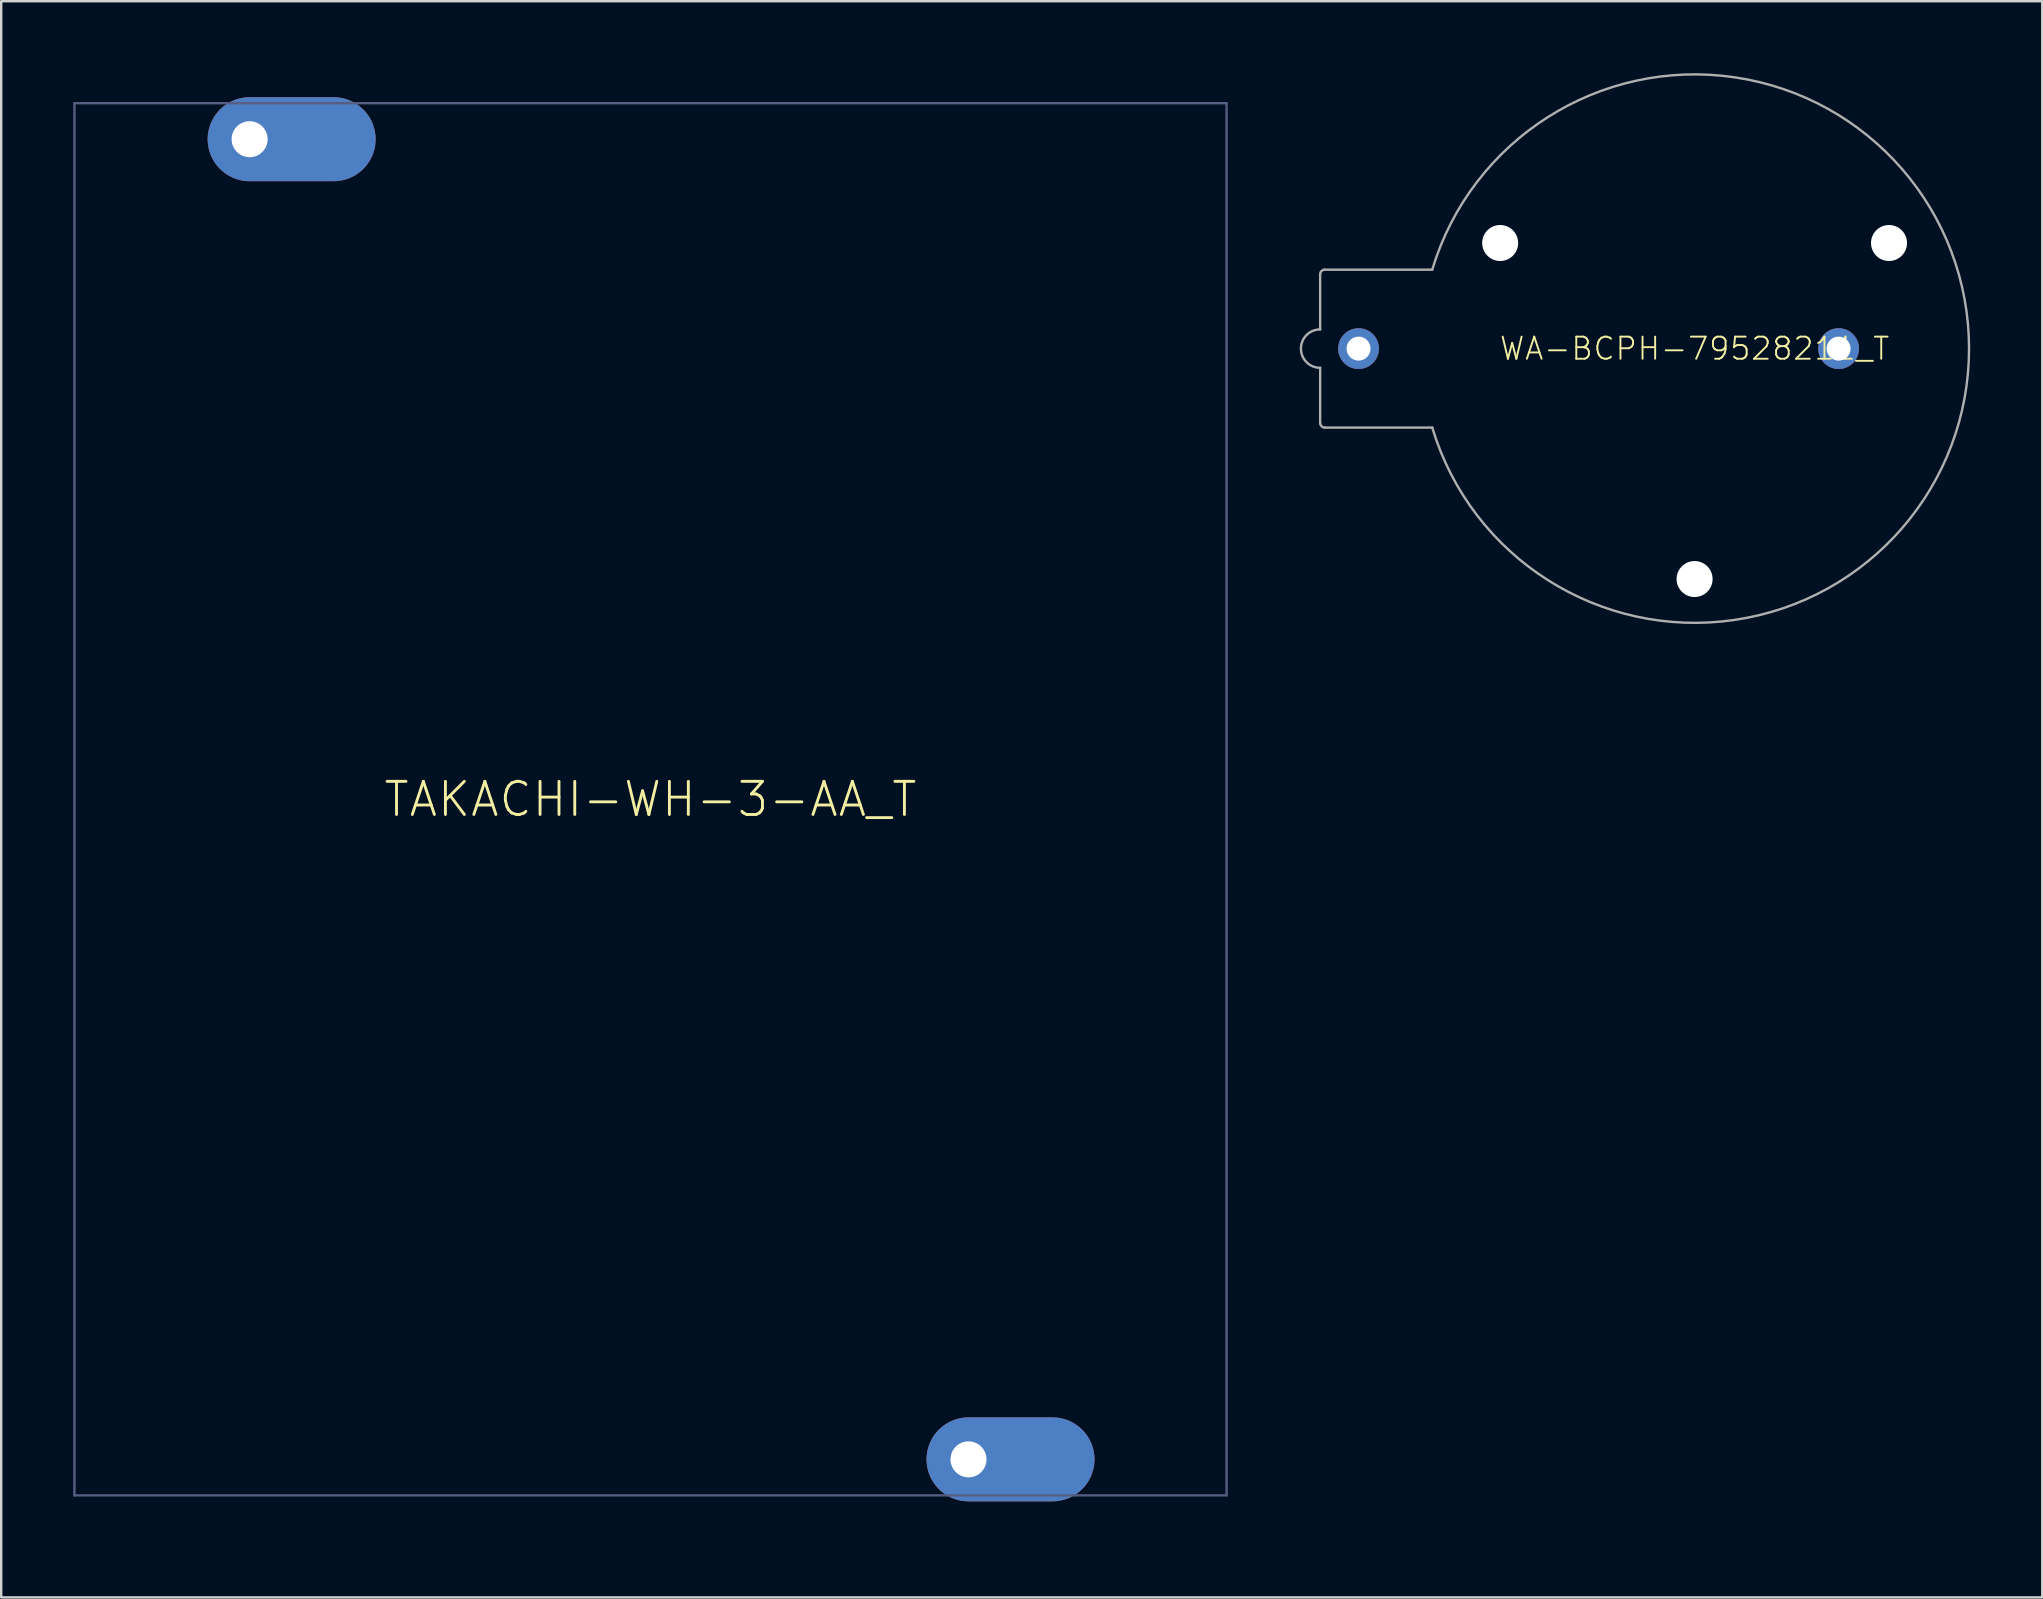
<source format=kicad_pcb>
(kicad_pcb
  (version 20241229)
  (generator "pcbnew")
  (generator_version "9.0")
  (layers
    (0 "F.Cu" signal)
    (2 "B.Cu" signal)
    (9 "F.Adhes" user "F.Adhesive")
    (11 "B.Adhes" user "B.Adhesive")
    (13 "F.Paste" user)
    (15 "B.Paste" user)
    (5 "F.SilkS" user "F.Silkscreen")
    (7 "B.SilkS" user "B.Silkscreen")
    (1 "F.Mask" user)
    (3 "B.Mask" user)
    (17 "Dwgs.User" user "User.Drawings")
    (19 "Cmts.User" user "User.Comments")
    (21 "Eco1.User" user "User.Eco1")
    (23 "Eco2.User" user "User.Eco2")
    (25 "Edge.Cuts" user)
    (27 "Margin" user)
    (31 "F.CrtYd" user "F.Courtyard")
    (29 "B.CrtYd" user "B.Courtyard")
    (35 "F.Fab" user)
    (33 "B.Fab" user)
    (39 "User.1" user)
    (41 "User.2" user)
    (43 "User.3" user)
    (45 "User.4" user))
  (footprint "TAKACHI-WH-3-AA_T"
    (layer "F.Cu")
    (at 24.05 30.25)
    (property "Reference" "TAKACHI-WH-3-AA_T" (at 0 0 0) (unlocked yes) (layer "F.SilkS") (effects (font (size 1.38 1.38) (thickness 0.12))))
    (fp_poly (pts (xy -12.973 -29.232) (xy -12.701 -29.171) (xy -12.442 -29.068) (xy -12.202 -28.926) (xy -11.988 -28.748) (xy -11.804 -28.539) (xy -11.655 -28.304) (xy -11.544 -28.046) (xy -11.45 -27.502) (xy -11.476 -27.222) (xy -11.545 -26.952) (xy -11.655 -26.696) (xy -11.804 -26.461) (xy -11.988 -26.252) (xy -12.202 -26.074) (xy -12.442 -25.932) (xy -12.703 -25.828) (xy -13.246 -25.75) (xy -16.702 -25.75) (xy -16.974 -25.771) (xy -17.241 -25.836) (xy -17.495 -25.941) (xy -17.729 -26.084) (xy -17.938 -26.262) (xy -18.116 -26.471) (xy -18.259 -26.705) (xy -18.365 -26.961) (xy -18.45 -27.498) (xy -18.429 -27.774) (xy -18.364 -28.041) (xy -18.259 -28.295) (xy -18.116 -28.529) (xy -17.938 -28.738) (xy -17.729 -28.916) (xy -17.495 -29.059) (xy -17.239 -29.165) (xy -16.704 -29.25) (xy -13.248 -29.25)) (stroke (width 0) (type default)) (fill yes) (layer "In1.Cu"))
    (fp_poly (pts (xy 16.977 25.768) (xy 17.249 25.829) (xy 17.508 25.932) (xy 17.748 26.074) (xy 17.962 26.252) (xy 18.146 26.461) (xy 18.295 26.696) (xy 18.406 26.954) (xy 18.5 27.498) (xy 18.474 27.778) (xy 18.405 28.048) (xy 18.295 28.304) (xy 18.146 28.539) (xy 17.962 28.748) (xy 17.748 28.926) (xy 17.508 29.068) (xy 17.247 29.172) (xy 16.704 29.25) (xy 13.248 29.25) (xy 12.976 29.229) (xy 12.709 29.164) (xy 12.455 29.059) (xy 12.221 28.916) (xy 12.012 28.738) (xy 11.834 28.529) (xy 11.691 28.295) (xy 11.585 28.039) (xy 11.5 27.502) (xy 11.521 27.226) (xy 11.586 26.959) (xy 11.691 26.705) (xy 11.834 26.471) (xy 12.012 26.262) (xy 12.221 26.084) (xy 12.455 25.941) (xy 12.711 25.835) (xy 13.246 25.75) (xy 16.702 25.75)) (stroke (width 0) (type default)) (fill yes) (layer "In1.Cu"))
    (fp_poly (pts (xy -12.973 -29.232) (xy -12.701 -29.171) (xy -12.442 -29.068) (xy -12.202 -28.926) (xy -11.988 -28.748) (xy -11.804 -28.539) (xy -11.655 -28.304) (xy -11.544 -28.046) (xy -11.45 -27.502) (xy -11.476 -27.222) (xy -11.545 -26.952) (xy -11.655 -26.696) (xy -11.804 -26.461) (xy -11.988 -26.252) (xy -12.202 -26.074) (xy -12.442 -25.932) (xy -12.703 -25.828) (xy -13.246 -25.75) (xy -16.702 -25.75) (xy -16.974 -25.771) (xy -17.241 -25.836) (xy -17.495 -25.941) (xy -17.729 -26.084) (xy -17.938 -26.262) (xy -18.116 -26.471) (xy -18.259 -26.705) (xy -18.365 -26.961) (xy -18.45 -27.498) (xy -18.429 -27.774) (xy -18.364 -28.041) (xy -18.259 -28.295) (xy -18.116 -28.529) (xy -17.938 -28.738) (xy -17.729 -28.916) (xy -17.495 -29.059) (xy -17.239 -29.165) (xy -16.704 -29.25) (xy -13.248 -29.25)) (stroke (width 0) (type default)) (fill yes) (layer "In14.Cu"))
    (fp_poly (pts (xy 16.977 25.768) (xy 17.249 25.829) (xy 17.508 25.932) (xy 17.748 26.074) (xy 17.962 26.252) (xy 18.146 26.461) (xy 18.295 26.696) (xy 18.406 26.954) (xy 18.5 27.498) (xy 18.474 27.778) (xy 18.405 28.048) (xy 18.295 28.304) (xy 18.146 28.539) (xy 17.962 28.748) (xy 17.748 28.926) (xy 17.508 29.068) (xy 17.247 29.172) (xy 16.704 29.25) (xy 13.248 29.25) (xy 12.976 29.229) (xy 12.709 29.164) (xy 12.455 29.059) (xy 12.221 28.916) (xy 12.012 28.738) (xy 11.834 28.529) (xy 11.691 28.295) (xy 11.585 28.039) (xy 11.5 27.502) (xy 11.521 27.226) (xy 11.586 26.959) (xy 11.691 26.705) (xy 11.834 26.471) (xy 12.012 26.262) (xy 12.221 26.084) (xy 12.455 25.941) (xy 12.711 25.835) (xy 13.246 25.75) (xy 16.702 25.75)) (stroke (width 0) (type default)) (fill yes) (layer "In14.Cu"))
    (fp_line (start -24 -29) (end 24 -29) (stroke (width 0.1) (type solid)) (layer "B.Fab"))
    (fp_line (start -24 29) (end -24 -29) (stroke (width 0.1) (type solid)) (layer "B.Fab"))
    (fp_line (start 24 -29) (end 24 29) (stroke (width 0.1) (type solid)) (layer "B.Fab"))
    (fp_line (start 24 29) (end -24 29) (stroke (width 0.1) (type solid)) (layer "B.Fab"))
    (pad "M" thru_hole oval (at 13.25 27.5) (size 7 3.5) (drill 1.5 (offset 1.75 0)) (layers "*.Cu" "*.Mask"))
    (pad "P" thru_hole oval (at -16.7 -27.5) (size 7 3.5) (drill 1.5 (offset 1.75 0)) (layers "*.Cu" "*.Mask"))
    (zone (net_name "") (layer "F.Cu") (hatch edge 0.5) (connect_pads) (min_thickness 0.25) (filled_areas_thickness no) (keepout (tracks allowed) (vias allowed) (pads allowed) (copperpour not_allowed) (footprints allowed)) (placement (enabled no)) (fill) (polygon (pts (xy 4.55 2.75) (xy 4.57 2.419) (xy 4.63 2.092) (xy 4.729 1.775) (xy 4.865 1.472) (xy 5.037 1.188) (xy 5.242 0.926) (xy 5.476 0.692) (xy 5.738 0.487) (xy 6.022 0.315) (xy 6.325 0.179) (xy 6.642 0.08) (xy 6.969 0.02) (xy 7.3 0) (xy 10.8 0) (xy 11.131 0.02) (xy 11.458 0.08) (xy 11.775 0.179) (xy 12.078 0.315) (xy 12.362 0.487) (xy 12.624 0.692) (xy 12.858 0.926) (xy 13.063 1.188) (xy 13.235 1.472) (xy 13.371 1.775) (xy 13.47 2.092) (xy 13.53 2.419) (xy 13.55 2.75) (xy 13.53 3.081) (xy 13.47 3.408) (xy 13.371 3.725) (xy 13.235 4.028) (xy 13.063 4.312) (xy 12.858 4.574) (xy 12.624 4.808) (xy 12.362 5.013) (xy 12.078 5.185) (xy 11.775 5.321) (xy 11.458 5.42) (xy 11.131 5.48) (xy 10.8 5.5) (xy 7.3 5.5) (xy 6.969 5.48) (xy 6.642 5.42) (xy 6.325 5.321) (xy 6.022 5.185) (xy 5.738 5.013) (xy 5.476 4.808) (xy 5.242 4.574) (xy 5.037 4.312) (xy 4.865 4.028) (xy 4.729 3.725) (xy 4.63 3.408) (xy 4.57 3.081))))
    (zone (net_name "") (layer "F.Cu") (hatch edge 0.5) (connect_pads) (min_thickness 0.25) (filled_areas_thickness no) (keepout (tracks allowed) (vias allowed) (pads allowed) (copperpour not_allowed) (footprints allowed)) (placement (enabled no)) (fill) (polygon (pts (xy 34.55 57.75) (xy 34.57 57.419) (xy 34.63 57.092) (xy 34.729 56.775) (xy 34.865 56.472) (xy 35.037 56.188) (xy 35.242 55.926) (xy 35.476 55.692) (xy 35.738 55.487) (xy 36.022 55.315) (xy 36.325 55.179) (xy 36.642 55.08) (xy 36.969 55.02) (xy 37.3 55) (xy 40.8 55) (xy 41.131 55.02) (xy 41.458 55.08) (xy 41.775 55.179) (xy 42.078 55.315) (xy 42.362 55.487) (xy 42.624 55.692) (xy 42.858 55.926) (xy 43.063 56.188) (xy 43.235 56.472) (xy 43.371 56.775) (xy 43.47 57.092) (xy 43.53 57.419) (xy 43.55 57.75) (xy 43.53 58.081) (xy 43.47 58.408) (xy 43.371 58.725) (xy 43.235 59.028) (xy 43.063 59.312) (xy 42.858 59.574) (xy 42.624 59.808) (xy 42.362 60.013) (xy 42.078 60.185) (xy 41.775 60.321) (xy 41.458 60.42) (xy 41.131 60.48) (xy 40.8 60.5) (xy 37.3 60.5) (xy 36.969 60.48) (xy 36.642 60.42) (xy 36.325 60.321) (xy 36.022 60.185) (xy 35.738 60.013) (xy 35.476 59.808) (xy 35.242 59.574) (xy 35.037 59.312) (xy 34.865 59.028) (xy 34.729 58.725) (xy 34.63 58.408) (xy 34.57 58.081))))
    (zone (net_name "") (layer "B.Cu") (hatch edge 0.5) (connect_pads) (min_thickness 0.25) (filled_areas_thickness no) (keepout (tracks allowed) (vias allowed) (pads allowed) (copperpour not_allowed) (footprints allowed)) (placement (enabled no)) (fill) (polygon (pts (xy 4.55 2.75) (xy 4.57 2.419) (xy 4.63 2.092) (xy 4.729 1.775) (xy 4.865 1.472) (xy 5.037 1.188) (xy 5.242 0.926) (xy 5.476 0.692) (xy 5.738 0.487) (xy 6.022 0.315) (xy 6.325 0.179) (xy 6.642 0.08) (xy 6.969 0.02) (xy 7.3 0) (xy 10.8 0) (xy 11.131 0.02) (xy 11.458 0.08) (xy 11.775 0.179) (xy 12.078 0.315) (xy 12.362 0.487) (xy 12.624 0.692) (xy 12.858 0.926) (xy 13.063 1.188) (xy 13.235 1.472) (xy 13.371 1.775) (xy 13.47 2.092) (xy 13.53 2.419) (xy 13.55 2.75) (xy 13.53 3.081) (xy 13.47 3.408) (xy 13.371 3.725) (xy 13.235 4.028) (xy 13.063 4.312) (xy 12.858 4.574) (xy 12.624 4.808) (xy 12.362 5.013) (xy 12.078 5.185) (xy 11.775 5.321) (xy 11.458 5.42) (xy 11.131 5.48) (xy 10.8 5.5) (xy 7.3 5.5) (xy 6.969 5.48) (xy 6.642 5.42) (xy 6.325 5.321) (xy 6.022 5.185) (xy 5.738 5.013) (xy 5.476 4.808) (xy 5.242 4.574) (xy 5.037 4.312) (xy 4.865 4.028) (xy 4.729 3.725) (xy 4.63 3.408) (xy 4.57 3.081))))
    (zone (net_name "") (layer "B.Cu") (hatch edge 0.5) (connect_pads) (min_thickness 0.25) (filled_areas_thickness no) (keepout (tracks allowed) (vias allowed) (pads allowed) (copperpour not_allowed) (footprints allowed)) (placement (enabled no)) (fill) (polygon (pts (xy 34.55 57.75) (xy 34.57 57.419) (xy 34.63 57.092) (xy 34.729 56.775) (xy 34.865 56.472) (xy 35.037 56.188) (xy 35.242 55.926) (xy 35.476 55.692) (xy 35.738 55.487) (xy 36.022 55.315) (xy 36.325 55.179) (xy 36.642 55.08) (xy 36.969 55.02) (xy 37.3 55) (xy 40.8 55) (xy 41.131 55.02) (xy 41.458 55.08) (xy 41.775 55.179) (xy 42.078 55.315) (xy 42.362 55.487) (xy 42.624 55.692) (xy 42.858 55.926) (xy 43.063 56.188) (xy 43.235 56.472) (xy 43.371 56.775) (xy 43.47 57.092) (xy 43.53 57.419) (xy 43.55 57.75) (xy 43.53 58.081) (xy 43.47 58.408) (xy 43.371 58.725) (xy 43.235 59.028) (xy 43.063 59.312) (xy 42.858 59.574) (xy 42.624 59.808) (xy 42.362 60.013) (xy 42.078 60.185) (xy 41.775 60.321) (xy 41.458 60.42) (xy 41.131 60.48) (xy 40.8 60.5) (xy 37.3 60.5) (xy 36.969 60.48) (xy 36.642 60.42) (xy 36.325 60.321) (xy 36.022 60.185) (xy 35.738 60.013) (xy 35.476 59.808) (xy 35.242 59.574) (xy 35.037 59.312) (xy 34.865 59.028) (xy 34.729 58.725) (xy 34.63 58.408) (xy 34.57 58.081))))
    (zone (net_name "") (layer "In1.Cu") (hatch edge 0.5) (connect_pads) (min_thickness 0.25) (filled_areas_thickness no) (keepout (tracks allowed) (vias allowed) (pads allowed) (copperpour not_allowed) (footprints allowed)) (placement (enabled no)) (fill) (polygon (pts (xy 5.35 2.75) (xy 5.37 2.465) (xy 5.431 2.187) (xy 5.531 1.919) (xy 5.667 1.669) (xy 5.839 1.44) (xy 6.04 1.239) (xy 6.269 1.067) (xy 6.519 0.931) (xy 6.787 0.831) (xy 7.065 0.77) (xy 7.35 0.75) (xy 10.8 0.75) (xy 11.088 0.767) (xy 11.372 0.825) (xy 11.643 0.923) (xy 11.899 1.058) (xy 12.132 1.228) (xy 12.339 1.43) (xy 12.515 1.659) (xy 12.657 1.911) (xy 12.761 2.181) (xy 12.826 2.462) (xy 12.85 2.75) (xy 12.826 3.038) (xy 12.761 3.319) (xy 12.657 3.589) (xy 12.515 3.841) (xy 12.339 4.07) (xy 12.132 4.272) (xy 11.899 4.442) (xy 11.643 4.577) (xy 11.372 4.675) (xy 11.088 4.733) (xy 10.8 4.75) (xy 7.35 4.75) (xy 7.065 4.73) (xy 6.787 4.669) (xy 6.519 4.569) (xy 6.269 4.433) (xy 6.04 4.261) (xy 5.839 4.06) (xy 5.667 3.831) (xy 5.531 3.581) (xy 5.431 3.313) (xy 5.37 3.035))))
    (zone (net_name "") (layer "In1.Cu") (hatch edge 0.5) (connect_pads) (min_thickness 0.25) (filled_areas_thickness no) (keepout (tracks allowed) (vias allowed) (pads allowed) (copperpour not_allowed) (footprints allowed)) (placement (enabled no)) (fill) (polygon (pts (xy 35.3 57.75) (xy 35.32 57.465) (xy 35.381 57.187) (xy 35.481 56.919) (xy 35.617 56.669) (xy 35.789 56.44) (xy 35.99 56.239) (xy 36.219 56.067) (xy 36.469 55.931) (xy 36.737 55.831) (xy 37.015 55.77) (xy 37.3 55.75) (xy 40.75 55.75) (xy 41.038 55.767) (xy 41.322 55.825) (xy 41.593 55.923) (xy 41.849 56.058) (xy 42.082 56.228) (xy 42.289 56.43) (xy 42.465 56.659) (xy 42.607 56.911) (xy 42.711 57.181) (xy 42.776 57.462) (xy 42.8 57.75) (xy 42.776 58.038) (xy 42.711 58.319) (xy 42.607 58.589) (xy 42.465 58.841) (xy 42.289 59.07) (xy 42.082 59.272) (xy 41.849 59.442) (xy 41.593 59.577) (xy 41.322 59.675) (xy 41.038 59.733) (xy 40.75 59.75) (xy 37.3 59.75) (xy 37.015 59.73) (xy 36.737 59.669) (xy 36.469 59.569) (xy 36.219 59.433) (xy 35.99 59.261) (xy 35.789 59.06) (xy 35.617 58.831) (xy 35.481 58.581) (xy 35.381 58.313) (xy 35.32 58.035))))
    (zone (net_name "") (layer "In14.Cu") (hatch edge 0.5) (connect_pads) (min_thickness 0.25) (filled_areas_thickness no) (keepout (tracks allowed) (vias allowed) (pads allowed) (copperpour not_allowed) (footprints allowed)) (placement (enabled no)) (fill) (polygon (pts (xy 5.35 2.75) (xy 5.37 2.465) (xy 5.431 2.187) (xy 5.531 1.919) (xy 5.667 1.669) (xy 5.839 1.44) (xy 6.04 1.239) (xy 6.269 1.067) (xy 6.519 0.931) (xy 6.787 0.831) (xy 7.065 0.77) (xy 7.35 0.75) (xy 10.8 0.75) (xy 11.088 0.767) (xy 11.372 0.825) (xy 11.643 0.923) (xy 11.899 1.058) (xy 12.132 1.228) (xy 12.339 1.43) (xy 12.515 1.659) (xy 12.657 1.911) (xy 12.761 2.181) (xy 12.826 2.462) (xy 12.85 2.75) (xy 12.826 3.038) (xy 12.761 3.319) (xy 12.657 3.589) (xy 12.515 3.841) (xy 12.339 4.07) (xy 12.132 4.272) (xy 11.899 4.442) (xy 11.643 4.577) (xy 11.372 4.675) (xy 11.088 4.733) (xy 10.8 4.75) (xy 7.35 4.75) (xy 7.065 4.73) (xy 6.787 4.669) (xy 6.519 4.569) (xy 6.269 4.433) (xy 6.04 4.261) (xy 5.839 4.06) (xy 5.667 3.831) (xy 5.531 3.581) (xy 5.431 3.313) (xy 5.37 3.035))))
    (zone (net_name "") (layer "In14.Cu") (hatch edge 0.5) (connect_pads) (min_thickness 0.25) (filled_areas_thickness no) (keepout (tracks allowed) (vias allowed) (pads allowed) (copperpour not_allowed) (footprints allowed)) (placement (enabled no)) (fill) (polygon (pts (xy 35.3 57.75) (xy 35.32 57.465) (xy 35.381 57.187) (xy 35.481 56.919) (xy 35.617 56.669) (xy 35.789 56.44) (xy 35.99 56.239) (xy 36.219 56.067) (xy 36.469 55.931) (xy 36.737 55.831) (xy 37.015 55.77) (xy 37.3 55.75) (xy 40.75 55.75) (xy 41.038 55.767) (xy 41.322 55.825) (xy 41.593 55.923) (xy 41.849 56.058) (xy 42.082 56.228) (xy 42.289 56.43) (xy 42.465 56.659) (xy 42.607 56.911) (xy 42.711 57.181) (xy 42.776 57.462) (xy 42.8 57.75) (xy 42.776 58.038) (xy 42.711 58.319) (xy 42.607 58.589) (xy 42.465 58.841) (xy 42.289 59.07) (xy 42.082 59.272) (xy 41.849 59.442) (xy 41.593 59.577) (xy 41.322 59.675) (xy 41.038 59.733) (xy 40.75 59.75) (xy 37.3 59.75) (xy 37.015 59.73) (xy 36.737 59.669) (xy 36.469 59.569) (xy 36.219 59.433) (xy 35.99 59.261) (xy 35.789 59.06) (xy 35.617 58.831) (xy 35.481 58.581) (xy 35.381 58.313) (xy 35.32 58.035)))))
  (footprint "WA-BCPH-79528211_T"
    (layer "F.Cu")
    (at 67.55 11.474)
    (property "Reference" "WA-BCPH-79528211_T" (at 0 0 0) (unlocked yes) (layer "F.SilkS") (effects (font (size 0.92 0.92) (thickness 0.08))))
    (fp_line (start -15.6 -0.8) (end -15.6 -3.1) (stroke (width 0.1) (type solid)) (layer "F.Fab"))
    (fp_line (start -15.6 0.8) (end -15.6 3.1) (stroke (width 0.1) (type solid)) (layer "F.Fab"))
    (fp_line (start -15.4 -3.29) (end -10.93 -3.29) (stroke (width 0.1) (type solid)) (layer "F.Fab"))
    (fp_line (start -15.4 3.29) (end -10.93 3.29) (stroke (width 0.1) (type solid)) (layer "F.Fab"))
    (fp_arc (start -15.6 -3.1) (mid -15.53935 -3.236421) (end -15.4 -3.29) (stroke (width 0.1) (type solid)) (layer "F.Fab"))
    (fp_arc (start -15.6 0.8) (mid -16.4 0) (end -15.6 -0.8) (stroke (width 0.1) (type solid)) (layer "F.Fab"))
    (fp_arc (start -15.4 3.29) (mid -15.53935 3.236421) (end -15.6 3.1) (stroke (width 0.1) (type solid)) (layer "F.Fab"))
    (fp_arc (start -10.93 -3.29) (mid 11.434001 0) (end -10.93 3.29) (stroke (width 0.1) (type solid)) (layer "F.Fab"))
    (pad "" np_thru_hole circle (at -8.1 -4.4) (size 1.5 1.5) (drill 1.5) (layers "*.Cu" "*.Mask"))
    (pad "" np_thru_hole circle (at 0 9.6) (size 1.5 1.5) (drill 1.5) (layers "*.Cu" "*.Mask"))
    (pad "" np_thru_hole circle (at 8.1 -4.4) (size 1.5 1.5) (drill 1.5) (layers "*.Cu" "*.Mask"))
    (pad "M" thru_hole circle (at 6 0) (size 1.7 1.7) (drill 1) (layers "*.Cu" "*.Mask"))
    (pad "P" thru_hole circle (at -14 0 90) (size 1.7 1.7) (drill 1) (layers "*.Cu" "*.Mask")))
  (gr_rect
    (start -3 -3)
    (end 82.034 63.5)
    (stroke (width 0.1) (type default))
    (fill no)
    (layer "Edge.Cuts")))
</source>
